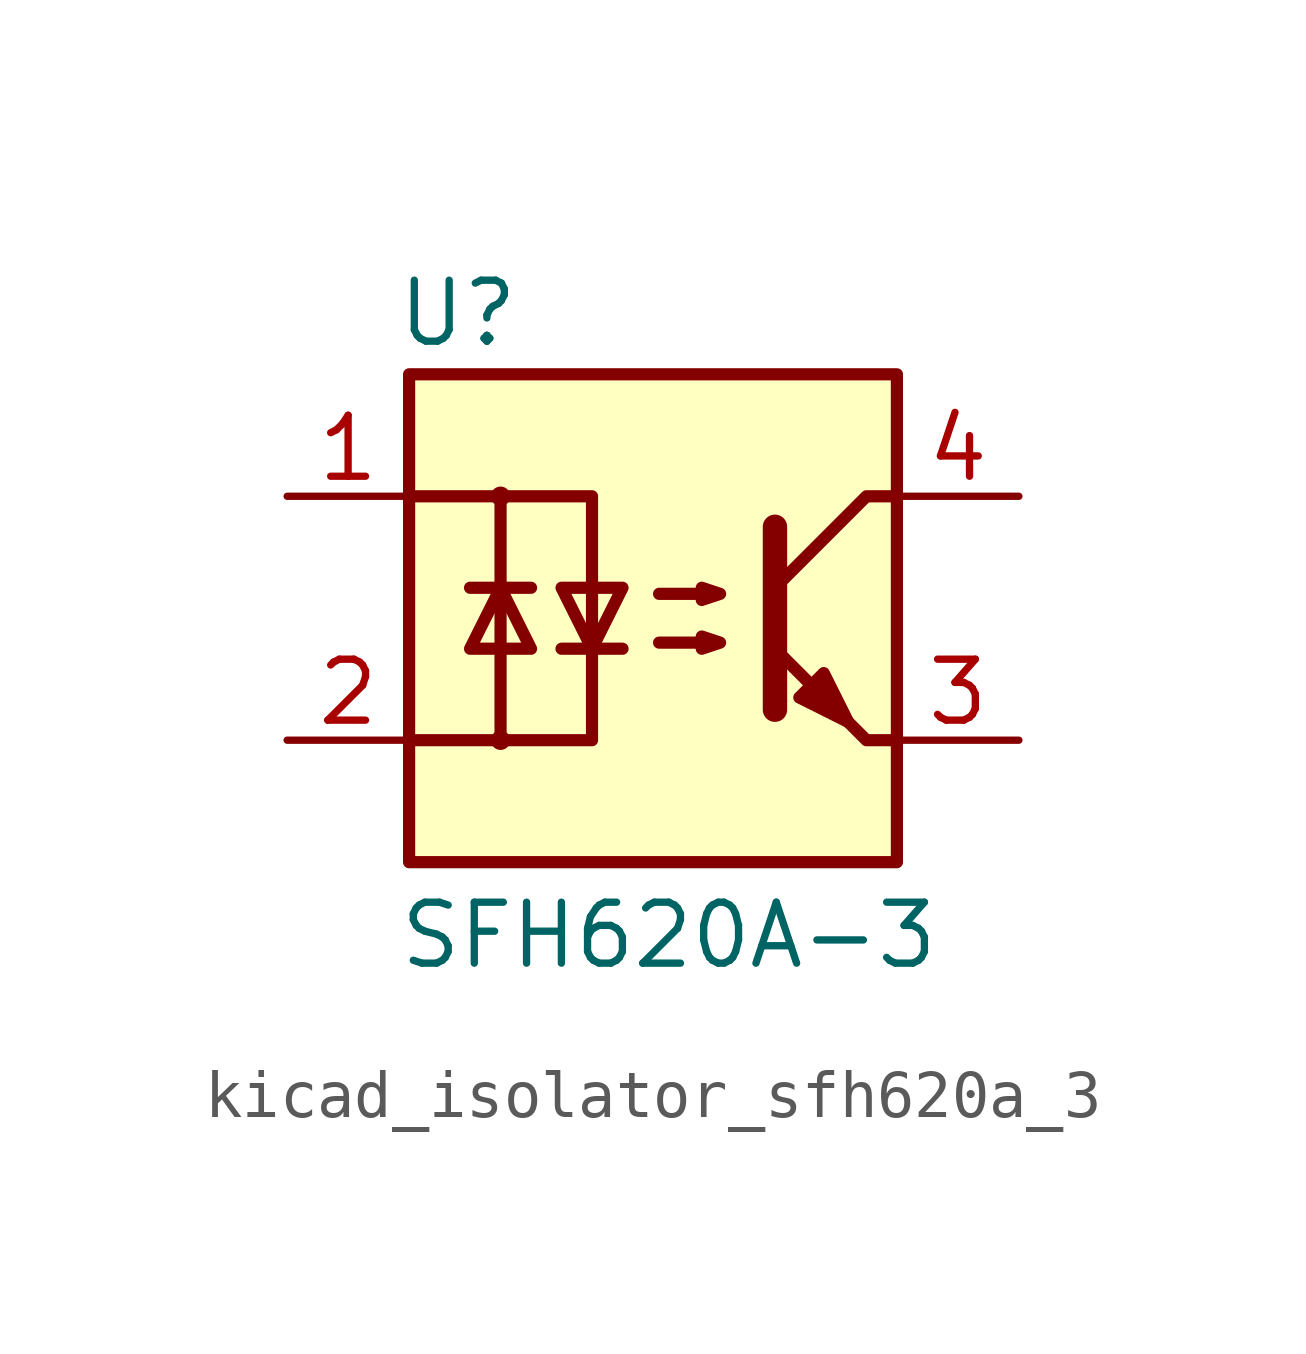
<source format=kicad_sym>
(kicad_symbol_lib
  (version 20220914)
  (generator kicad_symbol_editor)
  (symbol "kicad_isolator_sfh620a_3"
    (pin_names
      (offset 1.016))
    (property "Reference" "U"
      (at -4.064 6.35 0)
      (effects (font (size 1.27 1.27))))
    (property "Value" "SFH620A-3"
      (at -5.334 -6.604 0)
      (effects (font (size 1.27 1.27)) (justify left)))
    (symbol "kicad_isolator_sfh620a_3_0_1"
      (rectangle (start -5.08 5.08) (end 5.08 -5.08) (stroke (width 0.254) (type default)) (fill (type background))))
    (symbol "kicad_isolator_sfh620a_3_1_1"
      (circle (center -3.175 -2.54) (radius 0.127) (stroke (width 0) (type default)) (fill (type none)))
      (circle (center -3.175 2.54) (radius 0.127) (stroke (width 0) (type default)) (fill (type none)))
      (polyline (pts (xy -3.81 0.635) (xy -2.54 0.635)) (stroke (width 0.254) (type default)) (fill (type none)))
      (polyline (pts (xy -1.905 -0.635) (xy -0.635 -0.635)) (stroke (width 0.254) (type default)) (fill (type none)))
      (polyline (pts (xy 2.54 1.905) (xy 2.54 -1.905) (xy 2.54 -1.905)) (stroke (width 0.508) (type default)) (fill (type none)))
      (polyline (pts (xy 5.08 -2.54) (xy 4.445 -2.54) (xy 2.54 -0.635)) (stroke (width 0.254) (type default)) (fill (type none)))
      (polyline (pts (xy 5.08 2.54) (xy 4.445 2.54) (xy 2.54 0.635)) (stroke (width 0.254) (type default)) (fill (type none)))
      (polyline (pts (xy -5.08 2.54) (xy -3.175 2.54) (xy -3.175 -2.54) (xy -5.08 -2.54)) (stroke (width 0.254) (type default)) (fill (type none)))
      (polyline (pts (xy -3.175 -2.54) (xy -1.27 -2.54) (xy -1.27 2.54) (xy -3.175 2.54)) (stroke (width 0.254) (type default)) (fill (type none)))
      (polyline (pts (xy -3.175 0.635) (xy -3.81 -0.635) (xy -2.54 -0.635) (xy -3.175 0.635)) (stroke (width 0.254) (type default)) (fill (type none)))
      (polyline (pts (xy -1.27 -0.635) (xy -1.905 0.635) (xy -0.635 0.635) (xy -1.27 -0.635)) (stroke (width 0.254) (type default)) (fill (type none)))
      (polyline (pts (xy 0.127 -0.508) (xy 1.397 -0.508) (xy 1.016 -0.635) (xy 1.016 -0.381) (xy 1.397 -0.508)) (stroke (width 0.254) (type default)) (fill (type none)))
      (polyline (pts (xy 0.127 0.508) (xy 1.397 0.508) (xy 1.016 0.381) (xy 1.016 0.635) (xy 1.397 0.508)) (stroke (width 0.254) (type default)) (fill (type none)))
      (polyline (pts (xy 3.048 -1.651) (xy 3.556 -1.143) (xy 4.064 -2.159) (xy 3.048 -1.651) (xy 3.048 -1.651)) (stroke (width 0.254) (type default)) (fill (type outline)))
      (pin passive line (at -7.62 2.54 0) (length 2.54) (name "~" (effects (font (size 1.27 1.27)))) (number "1" (effects (font (size 1.27 1.27)))))
      (pin passive line (at -7.62 -2.54 0) (length 2.54) (name "~" (effects (font (size 1.27 1.27)))) (number "2" (effects (font (size 1.27 1.27)))))
      (pin passive line (at 7.62 -2.54 180) (length 2.54) (name "~" (effects (font (size 1.27 1.27)))) (number "3" (effects (font (size 1.27 1.27)))))
      (pin passive line (at 7.62 2.54 180) (length 2.54) (name "~" (effects (font (size 1.27 1.27)))) (number "4" (effects (font (size 1.27 1.27))))))))
</source>
